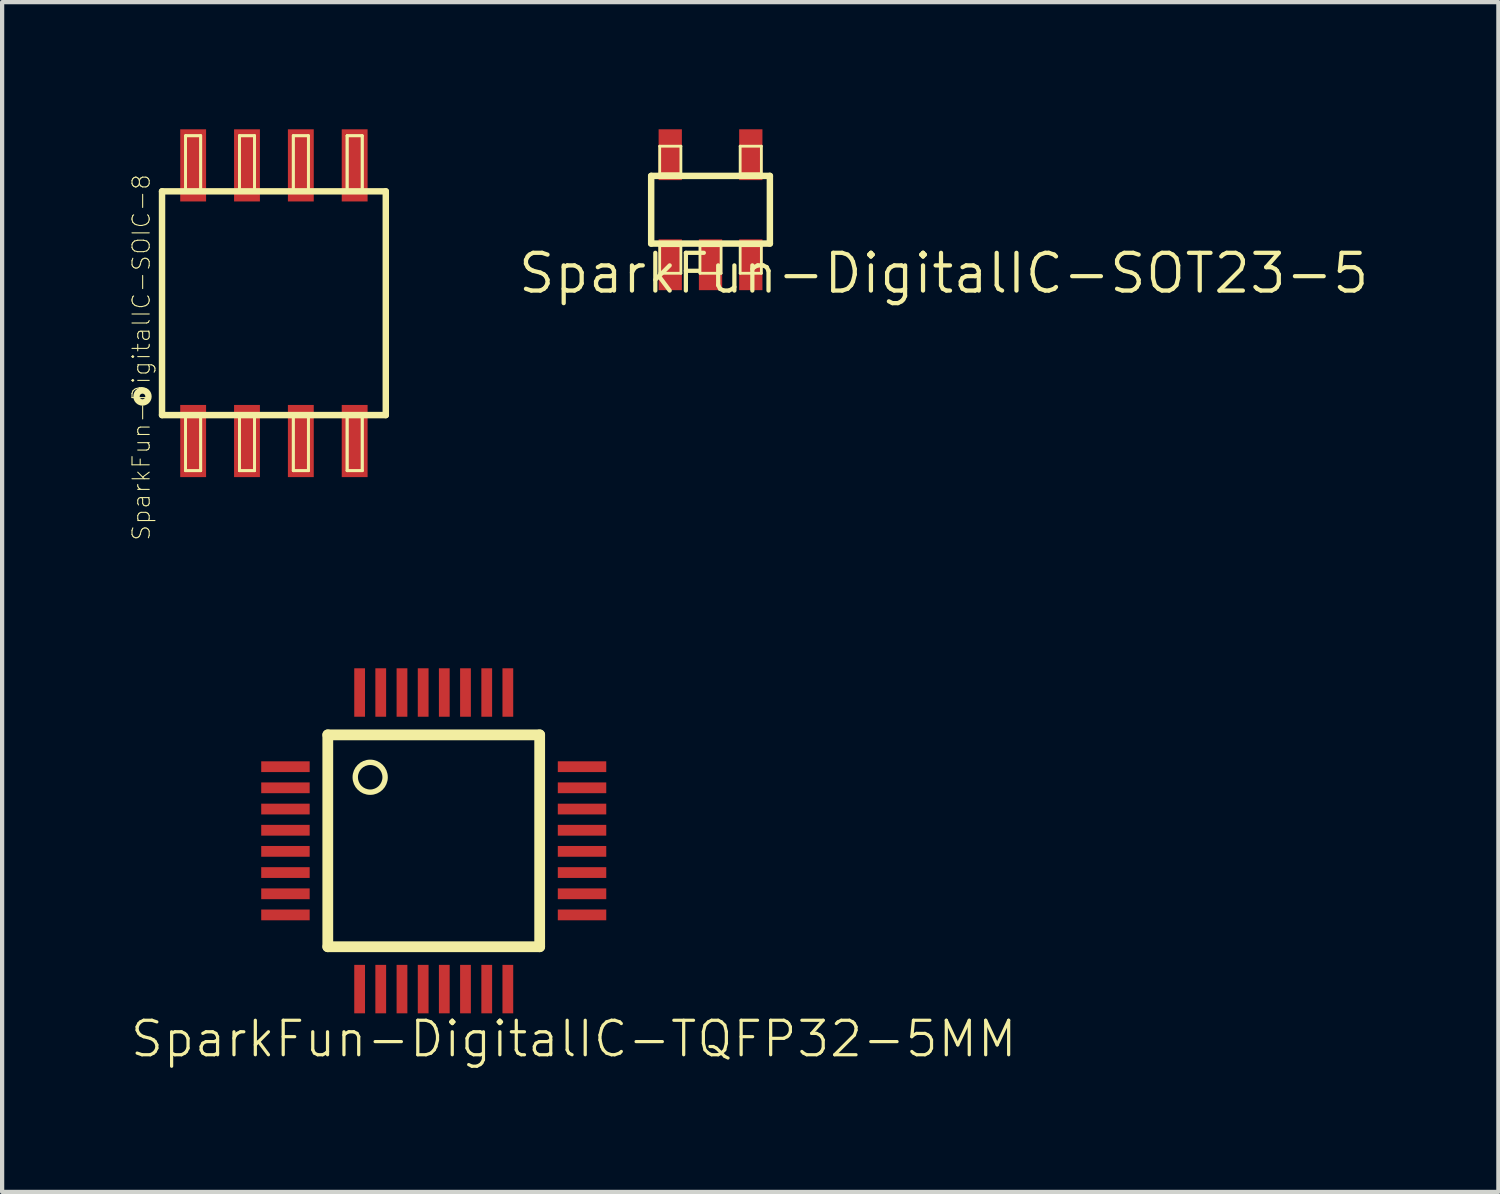
<source format=kicad_pcb>
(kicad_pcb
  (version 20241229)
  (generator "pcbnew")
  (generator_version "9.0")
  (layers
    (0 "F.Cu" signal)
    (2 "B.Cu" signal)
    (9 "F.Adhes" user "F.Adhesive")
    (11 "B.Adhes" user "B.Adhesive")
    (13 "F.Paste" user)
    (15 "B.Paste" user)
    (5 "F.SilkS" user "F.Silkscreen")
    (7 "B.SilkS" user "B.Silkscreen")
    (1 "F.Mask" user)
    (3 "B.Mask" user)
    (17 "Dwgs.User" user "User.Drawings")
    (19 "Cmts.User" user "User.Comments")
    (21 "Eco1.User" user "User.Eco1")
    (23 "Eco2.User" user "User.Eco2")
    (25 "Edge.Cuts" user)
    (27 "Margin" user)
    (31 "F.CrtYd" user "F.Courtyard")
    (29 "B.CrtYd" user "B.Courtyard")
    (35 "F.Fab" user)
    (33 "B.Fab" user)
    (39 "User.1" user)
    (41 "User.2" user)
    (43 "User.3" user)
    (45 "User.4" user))
  (footprint "SparkFun-DigitalIC-TQFP32-5MM"
    (layer "F.Cu")
    (at 7.181 16.783)
    (property "Reference" "SparkFun-DigitalIC-TQFP32-5MM" (at 3.302 4.674 0) (layer "F.SilkS") (effects (font (size 0.813 0.813) (thickness 0.076))))
    (attr smd)
    (fp_line (start -2.499 -2.499) (end -2.499 2.499) (stroke (width 0.254) (type solid)) (layer "F.SilkS"))
    (fp_line (start -2.499 2.499) (end 2.499 2.499) (stroke (width 0.254) (type solid)) (layer "F.SilkS"))
    (fp_line (start 2.499 -2.499) (end -2.499 -2.499) (stroke (width 0.254) (type solid)) (layer "F.SilkS"))
    (fp_line (start 2.499 2.499) (end 2.499 -2.499) (stroke (width 0.254) (type solid)) (layer "F.SilkS"))
    (fp_circle (center -1.499 -1.499) (end -1.748 -1.748) (stroke (width 0.127) (type solid)) (fill no) (layer "F.SilkS"))
    (pad "1" smd rect (at -3.498 -1.748) (size 1.143 0.254) (layers "F.Cu" "F.Mask" "F.Paste"))
    (pad "2" smd rect (at -3.498 -1.25) (size 1.143 0.254) (layers "F.Cu" "F.Mask" "F.Paste"))
    (pad "3" smd rect (at -3.498 -0.749) (size 1.143 0.254) (layers "F.Cu" "F.Mask" "F.Paste"))
    (pad "4" smd rect (at -3.498 -0.249) (size 1.143 0.254) (layers "F.Cu" "F.Mask" "F.Paste"))
    (pad "5" smd rect (at -3.498 0.249) (size 1.143 0.254) (layers "F.Cu" "F.Mask" "F.Paste"))
    (pad "6" smd rect (at -3.498 0.749) (size 1.143 0.254) (layers "F.Cu" "F.Mask" "F.Paste"))
    (pad "7" smd rect (at -3.498 1.25) (size 1.143 0.254) (layers "F.Cu" "F.Mask" "F.Paste"))
    (pad "8" smd rect (at -3.498 1.748) (size 1.143 0.254) (layers "F.Cu" "F.Mask" "F.Paste"))
    (pad "9" smd rect (at -1.748 3.498 90) (size 1.143 0.254) (layers "F.Cu" "F.Mask" "F.Paste"))
    (pad "10" smd rect (at -1.25 3.498 90) (size 1.143 0.254) (layers "F.Cu" "F.Mask" "F.Paste"))
    (pad "11" smd rect (at -0.749 3.498 90) (size 1.143 0.254) (layers "F.Cu" "F.Mask" "F.Paste"))
    (pad "12" smd rect (at -0.249 3.498 90) (size 1.143 0.254) (layers "F.Cu" "F.Mask" "F.Paste"))
    (pad "13" smd rect (at 0.249 3.498 90) (size 1.143 0.254) (layers "F.Cu" "F.Mask" "F.Paste"))
    (pad "14" smd rect (at 0.749 3.498 90) (size 1.143 0.254) (layers "F.Cu" "F.Mask" "F.Paste"))
    (pad "15" smd rect (at 1.25 3.498 90) (size 1.143 0.254) (layers "F.Cu" "F.Mask" "F.Paste"))
    (pad "16" smd rect (at 1.748 3.498 90) (size 1.143 0.254) (layers "F.Cu" "F.Mask" "F.Paste"))
    (pad "17" smd rect (at 3.498 1.748 180) (size 1.143 0.254) (layers "F.Cu" "F.Mask" "F.Paste"))
    (pad "18" smd rect (at 3.498 1.25 180) (size 1.143 0.254) (layers "F.Cu" "F.Mask" "F.Paste"))
    (pad "19" smd rect (at 3.498 0.749 180) (size 1.143 0.254) (layers "F.Cu" "F.Mask" "F.Paste"))
    (pad "20" smd rect (at 3.498 0.249 180) (size 1.143 0.254) (layers "F.Cu" "F.Mask" "F.Paste"))
    (pad "21" smd rect (at 3.498 -0.249 180) (size 1.143 0.254) (layers "F.Cu" "F.Mask" "F.Paste"))
    (pad "22" smd rect (at 3.498 -0.749 180) (size 1.143 0.254) (layers "F.Cu" "F.Mask" "F.Paste"))
    (pad "23" smd rect (at 3.498 -1.25 180) (size 1.143 0.254) (layers "F.Cu" "F.Mask" "F.Paste"))
    (pad "24" smd rect (at 3.498 -1.748 180) (size 1.143 0.254) (layers "F.Cu" "F.Mask" "F.Paste"))
    (pad "25" smd rect (at 1.748 -3.498 270) (size 1.143 0.254) (layers "F.Cu" "F.Mask" "F.Paste"))
    (pad "26" smd rect (at 1.25 -3.498 270) (size 1.143 0.254) (layers "F.Cu" "F.Mask" "F.Paste"))
    (pad "27" smd rect (at 0.749 -3.498 270) (size 1.143 0.254) (layers "F.Cu" "F.Mask" "F.Paste"))
    (pad "28" smd rect (at 0.249 -3.498 270) (size 1.143 0.254) (layers "F.Cu" "F.Mask" "F.Paste"))
    (pad "29" smd rect (at -0.249 -3.498 270) (size 1.143 0.254) (layers "F.Cu" "F.Mask" "F.Paste"))
    (pad "30" smd rect (at -0.749 -3.498 270) (size 1.143 0.254) (layers "F.Cu" "F.Mask" "F.Paste"))
    (pad "31" smd rect (at -1.25 -3.498 270) (size 1.143 0.254) (layers "F.Cu" "F.Mask" "F.Paste"))
    (pad "32" smd rect (at -1.748 -3.498 270) (size 1.143 0.254) (layers "F.Cu" "F.Mask" "F.Paste")))
  (footprint "SparkFun-DigitalIC-SOT23-5"
    (layer "F.Cu")
    (at 13.71 1.897)
    (property "Reference" "SparkFun-DigitalIC-SOT23-5" (at 5.5 1.5 0) (layer "F.SilkS") (effects (font (size 0.89 0.89) (thickness 0.1))))
    (attr smd)
    (fp_line (start -1.4 -0.798) (end -1.4 0.798) (stroke (width 0.152) (type solid)) (layer "F.SilkS"))
    (fp_line (start -1.4 -0.798) (end 1.4 -0.798) (stroke (width 0.152) (type solid)) (layer "F.SilkS"))
    (fp_line (start -1.199 -1.499) (end -0.699 -1.499) (stroke (width 0.066) (type solid)) (layer "F.SilkS"))
    (fp_line (start -1.199 -0.848) (end -1.199 -1.499) (stroke (width 0.066) (type solid)) (layer "F.SilkS"))
    (fp_line (start -1.199 -0.848) (end -0.699 -0.848) (stroke (width 0.066) (type solid)) (layer "F.SilkS"))
    (fp_line (start -1.199 0.848) (end -0.699 0.848) (stroke (width 0.066) (type solid)) (layer "F.SilkS"))
    (fp_line (start -1.199 1.499) (end -1.199 0.848) (stroke (width 0.066) (type solid)) (layer "F.SilkS"))
    (fp_line (start -1.199 1.499) (end -0.699 1.499) (stroke (width 0.066) (type solid)) (layer "F.SilkS"))
    (fp_line (start -0.699 -0.848) (end -0.699 -1.499) (stroke (width 0.066) (type solid)) (layer "F.SilkS"))
    (fp_line (start -0.699 1.499) (end -0.699 0.848) (stroke (width 0.066) (type solid)) (layer "F.SilkS"))
    (fp_line (start -0.249 0.848) (end 0.249 0.848) (stroke (width 0.066) (type solid)) (layer "F.SilkS"))
    (fp_line (start -0.249 1.499) (end -0.249 0.848) (stroke (width 0.066) (type solid)) (layer "F.SilkS"))
    (fp_line (start -0.249 1.499) (end 0.249 1.499) (stroke (width 0.066) (type solid)) (layer "F.SilkS"))
    (fp_line (start 0.249 1.499) (end 0.249 0.848) (stroke (width 0.066) (type solid)) (layer "F.SilkS"))
    (fp_line (start 0.699 -1.499) (end 1.199 -1.499) (stroke (width 0.066) (type solid)) (layer "F.SilkS"))
    (fp_line (start 0.699 -0.848) (end 0.699 -1.499) (stroke (width 0.066) (type solid)) (layer "F.SilkS"))
    (fp_line (start 0.699 -0.848) (end 1.199 -0.848) (stroke (width 0.066) (type solid)) (layer "F.SilkS"))
    (fp_line (start 0.699 0.848) (end 1.199 0.848) (stroke (width 0.066) (type solid)) (layer "F.SilkS"))
    (fp_line (start 0.699 1.499) (end 0.699 0.848) (stroke (width 0.066) (type solid)) (layer "F.SilkS"))
    (fp_line (start 0.699 1.499) (end 1.199 1.499) (stroke (width 0.066) (type solid)) (layer "F.SilkS"))
    (fp_line (start 1.199 -0.848) (end 1.199 -1.499) (stroke (width 0.066) (type solid)) (layer "F.SilkS"))
    (fp_line (start 1.199 1.499) (end 1.199 0.848) (stroke (width 0.066) (type solid)) (layer "F.SilkS"))
    (fp_line (start 1.4 -0.798) (end 1.4 0.798) (stroke (width 0.152) (type solid)) (layer "F.SilkS"))
    (fp_line (start 1.4 0.798) (end -1.4 0.798) (stroke (width 0.152) (type solid)) (layer "F.SilkS"))
    (pad "1" smd rect (at -0.95 1.298) (size 0.549 1.199) (layers "F.Cu" "F.Mask" "F.Paste"))
    (pad "2" smd rect (at 0 1.298) (size 0.549 1.199) (layers "F.Cu" "F.Mask" "F.Paste"))
    (pad "3" smd rect (at 0.95 1.298) (size 0.549 1.199) (layers "F.Cu" "F.Mask" "F.Paste"))
    (pad "4" smd rect (at 0.95 -1.298) (size 0.549 1.199) (layers "F.Cu" "F.Mask" "F.Paste"))
    (pad "5" smd rect (at -0.95 -1.298) (size 0.549 1.199) (layers "F.Cu" "F.Mask" "F.Paste")))
  (footprint "SparkFun-DigitalIC-SOIC-8"
    (layer "F.Cu")
    (at 3.411 4.102)
    (property "Reference" "SparkFun-DigitalIC-SOIC-8" (at -3.128 1.279 90) (layer "F.SilkS") (effects (font (size 0.406 0.406) (thickness 0.025))))
    (attr smd)
    (fp_line (start -2.639 -2.639) (end -2.639 2.639) (stroke (width 0.152) (type solid)) (layer "F.SilkS"))
    (fp_line (start -2.639 2.639) (end 2.639 2.639) (stroke (width 0.152) (type solid)) (layer "F.SilkS"))
    (fp_line (start -2.083 -3.95) (end -1.727 -3.95) (stroke (width 0.066) (type solid)) (layer "F.SilkS"))
    (fp_line (start -2.083 -3.95) (end -1.727 -3.95) (stroke (width 0.066) (type solid)) (layer "F.SilkS"))
    (fp_line (start -2.083 -2.639) (end -2.083 -3.95) (stroke (width 0.066) (type solid)) (layer "F.SilkS"))
    (fp_line (start -2.083 -2.639) (end -2.083 -3.95) (stroke (width 0.066) (type solid)) (layer "F.SilkS"))
    (fp_line (start -2.083 -2.639) (end -1.727 -2.639) (stroke (width 0.066) (type solid)) (layer "F.SilkS"))
    (fp_line (start -2.083 -2.639) (end -1.727 -2.639) (stroke (width 0.066) (type solid)) (layer "F.SilkS"))
    (fp_line (start -2.083 2.639) (end -1.727 2.639) (stroke (width 0.066) (type solid)) (layer "F.SilkS"))
    (fp_line (start -2.083 2.639) (end -1.727 2.639) (stroke (width 0.066) (type solid)) (layer "F.SilkS"))
    (fp_line (start -2.083 3.95) (end -2.083 2.639) (stroke (width 0.066) (type solid)) (layer "F.SilkS"))
    (fp_line (start -2.083 3.95) (end -2.083 2.639) (stroke (width 0.066) (type solid)) (layer "F.SilkS"))
    (fp_line (start -2.083 3.95) (end -1.727 3.95) (stroke (width 0.066) (type solid)) (layer "F.SilkS"))
    (fp_line (start -2.083 3.95) (end -1.727 3.95) (stroke (width 0.066) (type solid)) (layer "F.SilkS"))
    (fp_line (start -1.727 -2.639) (end -1.727 -3.95) (stroke (width 0.066) (type solid)) (layer "F.SilkS"))
    (fp_line (start -1.727 -2.639) (end -1.727 -3.95) (stroke (width 0.066) (type solid)) (layer "F.SilkS"))
    (fp_line (start -1.727 3.95) (end -1.727 2.639) (stroke (width 0.066) (type solid)) (layer "F.SilkS"))
    (fp_line (start -1.727 3.95) (end -1.727 2.639) (stroke (width 0.066) (type solid)) (layer "F.SilkS"))
    (fp_line (start -0.813 -3.95) (end -0.457 -3.95) (stroke (width 0.066) (type solid)) (layer "F.SilkS"))
    (fp_line (start -0.813 -3.95) (end -0.457 -3.95) (stroke (width 0.066) (type solid)) (layer "F.SilkS"))
    (fp_line (start -0.813 -2.639) (end -0.813 -3.95) (stroke (width 0.066) (type solid)) (layer "F.SilkS"))
    (fp_line (start -0.813 -2.639) (end -0.813 -3.95) (stroke (width 0.066) (type solid)) (layer "F.SilkS"))
    (fp_line (start -0.813 -2.639) (end -0.457 -2.639) (stroke (width 0.066) (type solid)) (layer "F.SilkS"))
    (fp_line (start -0.813 -2.639) (end -0.457 -2.639) (stroke (width 0.066) (type solid)) (layer "F.SilkS"))
    (fp_line (start -0.813 2.639) (end -0.457 2.639) (stroke (width 0.066) (type solid)) (layer "F.SilkS"))
    (fp_line (start -0.813 2.639) (end -0.457 2.639) (stroke (width 0.066) (type solid)) (layer "F.SilkS"))
    (fp_line (start -0.813 3.95) (end -0.813 2.639) (stroke (width 0.066) (type solid)) (layer "F.SilkS"))
    (fp_line (start -0.813 3.95) (end -0.813 2.639) (stroke (width 0.066) (type solid)) (layer "F.SilkS"))
    (fp_line (start -0.813 3.95) (end -0.457 3.95) (stroke (width 0.066) (type solid)) (layer "F.SilkS"))
    (fp_line (start -0.813 3.95) (end -0.457 3.95) (stroke (width 0.066) (type solid)) (layer "F.SilkS"))
    (fp_line (start -0.457 -2.639) (end -0.457 -3.95) (stroke (width 0.066) (type solid)) (layer "F.SilkS"))
    (fp_line (start -0.457 -2.639) (end -0.457 -3.95) (stroke (width 0.066) (type solid)) (layer "F.SilkS"))
    (fp_line (start -0.457 3.95) (end -0.457 2.639) (stroke (width 0.066) (type solid)) (layer "F.SilkS"))
    (fp_line (start -0.457 3.95) (end -0.457 2.639) (stroke (width 0.066) (type solid)) (layer "F.SilkS"))
    (fp_line (start 0.457 -3.95) (end 0.813 -3.95) (stroke (width 0.066) (type solid)) (layer "F.SilkS"))
    (fp_line (start 0.457 -3.95) (end 0.813 -3.95) (stroke (width 0.066) (type solid)) (layer "F.SilkS"))
    (fp_line (start 0.457 -2.639) (end 0.457 -3.95) (stroke (width 0.066) (type solid)) (layer "F.SilkS"))
    (fp_line (start 0.457 -2.639) (end 0.457 -3.95) (stroke (width 0.066) (type solid)) (layer "F.SilkS"))
    (fp_line (start 0.457 -2.639) (end 0.813 -2.639) (stroke (width 0.066) (type solid)) (layer "F.SilkS"))
    (fp_line (start 0.457 -2.639) (end 0.813 -2.639) (stroke (width 0.066) (type solid)) (layer "F.SilkS"))
    (fp_line (start 0.457 2.639) (end 0.813 2.639) (stroke (width 0.066) (type solid)) (layer "F.SilkS"))
    (fp_line (start 0.457 2.639) (end 0.813 2.639) (stroke (width 0.066) (type solid)) (layer "F.SilkS"))
    (fp_line (start 0.457 3.95) (end 0.457 2.639) (stroke (width 0.066) (type solid)) (layer "F.SilkS"))
    (fp_line (start 0.457 3.95) (end 0.457 2.639) (stroke (width 0.066) (type solid)) (layer "F.SilkS"))
    (fp_line (start 0.457 3.95) (end 0.813 3.95) (stroke (width 0.066) (type solid)) (layer "F.SilkS"))
    (fp_line (start 0.457 3.95) (end 0.813 3.95) (stroke (width 0.066) (type solid)) (layer "F.SilkS"))
    (fp_line (start 0.813 -2.639) (end 0.813 -3.95) (stroke (width 0.066) (type solid)) (layer "F.SilkS"))
    (fp_line (start 0.813 -2.639) (end 0.813 -3.95) (stroke (width 0.066) (type solid)) (layer "F.SilkS"))
    (fp_line (start 0.813 3.95) (end 0.813 2.639) (stroke (width 0.066) (type solid)) (layer "F.SilkS"))
    (fp_line (start 0.813 3.95) (end 0.813 2.639) (stroke (width 0.066) (type solid)) (layer "F.SilkS"))
    (fp_line (start 1.727 -3.95) (end 2.083 -3.95) (stroke (width 0.066) (type solid)) (layer "F.SilkS"))
    (fp_line (start 1.727 -3.95) (end 2.083 -3.95) (stroke (width 0.066) (type solid)) (layer "F.SilkS"))
    (fp_line (start 1.727 -2.639) (end 1.727 -3.95) (stroke (width 0.066) (type solid)) (layer "F.SilkS"))
    (fp_line (start 1.727 -2.639) (end 1.727 -3.95) (stroke (width 0.066) (type solid)) (layer "F.SilkS"))
    (fp_line (start 1.727 -2.639) (end 2.083 -2.639) (stroke (width 0.066) (type solid)) (layer "F.SilkS"))
    (fp_line (start 1.727 -2.639) (end 2.083 -2.639) (stroke (width 0.066) (type solid)) (layer "F.SilkS"))
    (fp_line (start 1.727 2.639) (end 2.083 2.639) (stroke (width 0.066) (type solid)) (layer "F.SilkS"))
    (fp_line (start 1.727 2.639) (end 2.083 2.639) (stroke (width 0.066) (type solid)) (layer "F.SilkS"))
    (fp_line (start 1.727 3.95) (end 1.727 2.639) (stroke (width 0.066) (type solid)) (layer "F.SilkS"))
    (fp_line (start 1.727 3.95) (end 1.727 2.639) (stroke (width 0.066) (type solid)) (layer "F.SilkS"))
    (fp_line (start 1.727 3.95) (end 2.083 3.95) (stroke (width 0.066) (type solid)) (layer "F.SilkS"))
    (fp_line (start 1.727 3.95) (end 2.083 3.95) (stroke (width 0.066) (type solid)) (layer "F.SilkS"))
    (fp_line (start 2.083 -2.639) (end 2.083 -3.95) (stroke (width 0.066) (type solid)) (layer "F.SilkS"))
    (fp_line (start 2.083 -2.639) (end 2.083 -3.95) (stroke (width 0.066) (type solid)) (layer "F.SilkS"))
    (fp_line (start 2.083 3.95) (end 2.083 2.639) (stroke (width 0.066) (type solid)) (layer "F.SilkS"))
    (fp_line (start 2.083 3.95) (end 2.083 2.639) (stroke (width 0.066) (type solid)) (layer "F.SilkS"))
    (fp_line (start 2.639 -2.639) (end -2.639 -2.639) (stroke (width 0.152) (type solid)) (layer "F.SilkS"))
    (fp_line (start 2.639 2.639) (end 2.639 -2.639) (stroke (width 0.152) (type solid)) (layer "F.SilkS"))
    (fp_circle (center -3.1 2.2) (end -3 2.3) (stroke (width 0.15) (type solid)) (fill no) (layer "F.SilkS"))
    (pad "1" smd rect (at -1.905 3.251) (size 0.61 1.702) (layers "F.Cu" "F.Mask" "F.Paste"))
    (pad "2" smd rect (at -0.635 3.251) (size 0.61 1.702) (layers "F.Cu" "F.Mask" "F.Paste"))
    (pad "3" smd rect (at 0.635 3.251) (size 0.61 1.702) (layers "F.Cu" "F.Mask" "F.Paste"))
    (pad "4" smd rect (at 1.905 3.251) (size 0.61 1.702) (layers "F.Cu" "F.Mask" "F.Paste"))
    (pad "5" smd rect (at 1.905 -3.251) (size 0.61 1.702) (layers "F.Cu" "F.Mask" "F.Paste"))
    (pad "6" smd rect (at 0.635 -3.251) (size 0.61 1.702) (layers "F.Cu" "F.Mask" "F.Paste"))
    (pad "7" smd rect (at -0.635 -3.251) (size 0.61 1.702) (layers "F.Cu" "F.Mask" "F.Paste"))
    (pad "8" smd rect (at -1.905 -3.251) (size 0.61 1.702) (layers "F.Cu" "F.Mask" "F.Paste")))
  (gr_rect
    (start -3 -3)
    (end 32.294 25.065)
    (stroke (width 0.1) (type default))
    (fill no)
    (layer "Edge.Cuts")))
</source>
